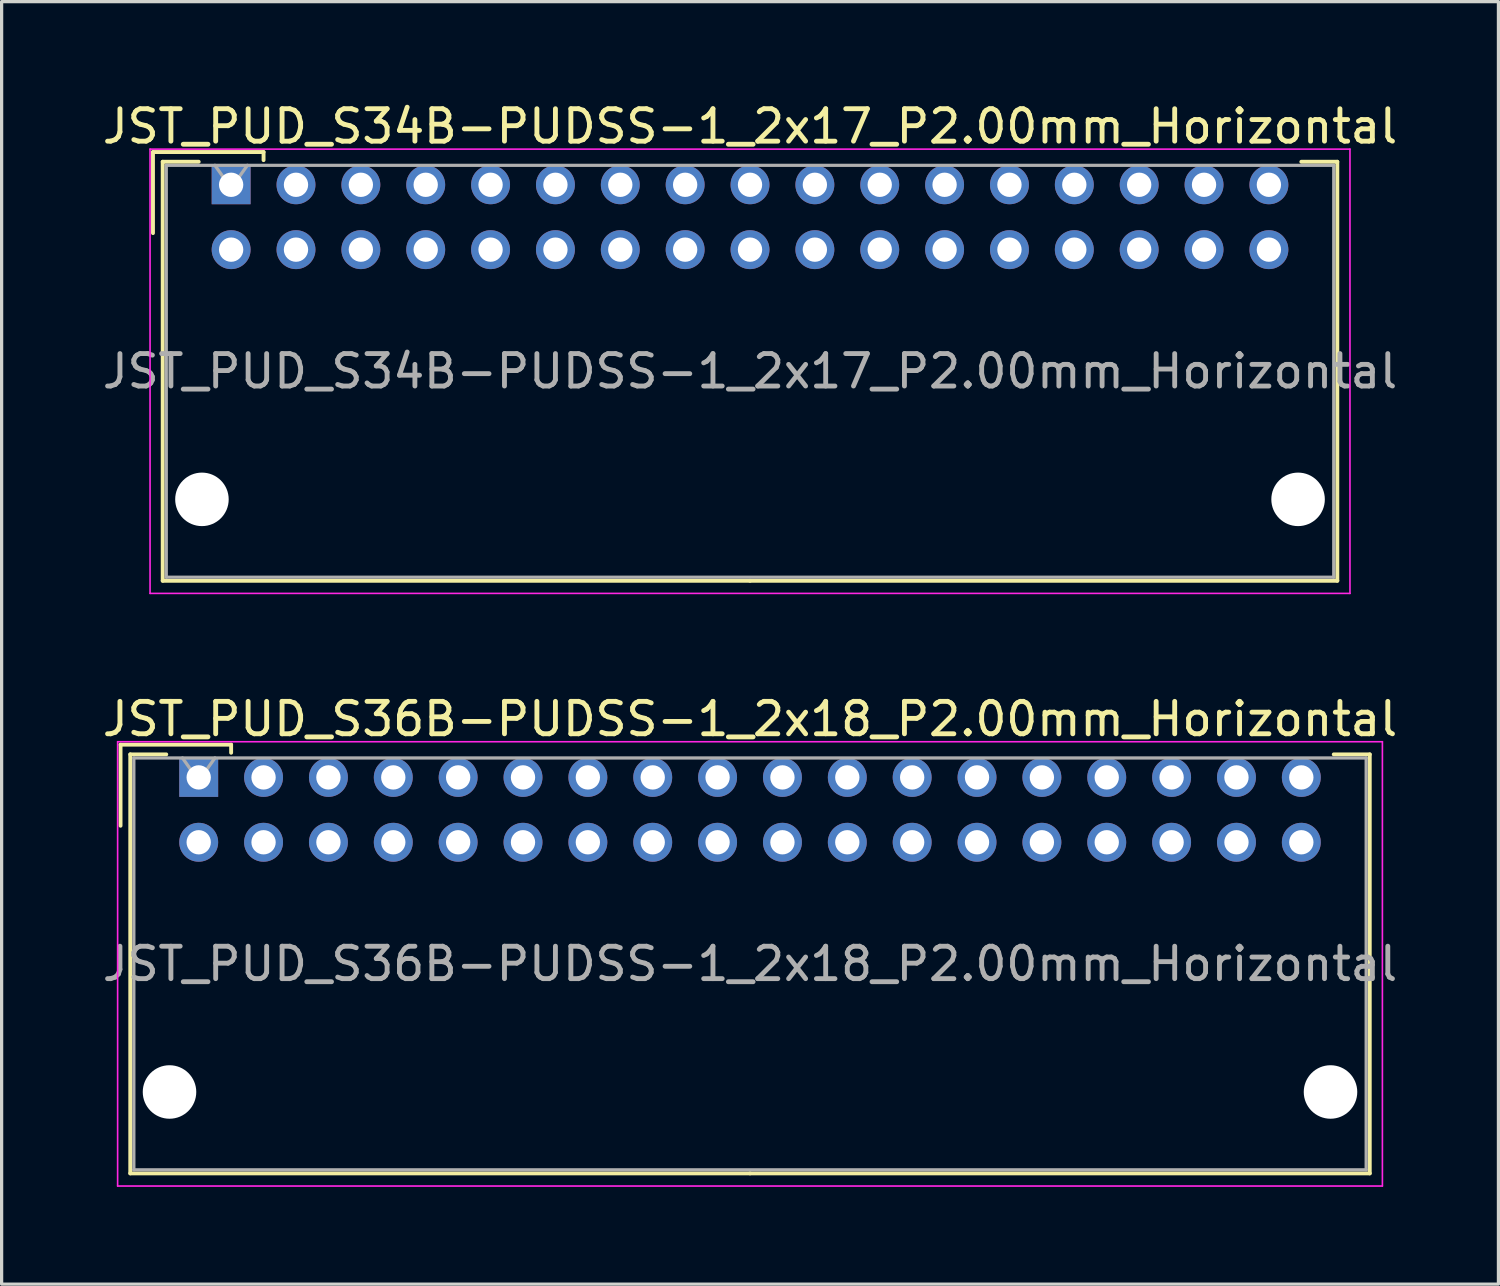
<source format=kicad_pcb>
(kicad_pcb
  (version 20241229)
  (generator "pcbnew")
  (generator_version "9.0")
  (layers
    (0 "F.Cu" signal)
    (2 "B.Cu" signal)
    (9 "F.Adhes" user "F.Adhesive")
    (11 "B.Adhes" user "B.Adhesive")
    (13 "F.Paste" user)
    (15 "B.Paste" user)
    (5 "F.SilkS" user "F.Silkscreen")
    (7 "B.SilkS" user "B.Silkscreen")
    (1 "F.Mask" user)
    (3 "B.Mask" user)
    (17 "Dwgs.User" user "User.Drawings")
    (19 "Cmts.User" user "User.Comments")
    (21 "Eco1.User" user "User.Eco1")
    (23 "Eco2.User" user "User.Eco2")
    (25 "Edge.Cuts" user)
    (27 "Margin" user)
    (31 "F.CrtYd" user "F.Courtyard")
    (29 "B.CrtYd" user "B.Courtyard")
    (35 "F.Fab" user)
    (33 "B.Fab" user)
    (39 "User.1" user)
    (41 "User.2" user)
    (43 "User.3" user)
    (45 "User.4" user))
  (footprint "JST_PUD_S34B-PUDSS-1_2x17_P2.00mm_Horizontal"
    (layer "F.Cu")
    (at 4.077 2.648)
    (property "Reference" "JST_PUD_S34B-PUDSS-1_2x17_P2.00mm_Horizontal" (at 16 -1.8 0) (layer "F.SilkS") (effects (font (size 1 1) (thickness 0.15))))
    (attr through_hole)
    (fp_line (start -2.41 -1.01) (end -2.41 1.49) (stroke (width 0.12) (type solid)) (layer "F.SilkS"))
    (fp_line (start -2.11 -0.71) (end -2.11 12.21) (stroke (width 0.12) (type solid)) (layer "F.SilkS"))
    (fp_line (start -2.11 12.21) (end 16 12.21) (stroke (width 0.12) (type solid)) (layer "F.SilkS"))
    (fp_line (start -1 -0.71) (end -2.11 -0.71) (stroke (width 0.12) (type solid)) (layer "F.SilkS"))
    (fp_line (start 1 -1.01) (end -2.41 -1.01) (stroke (width 0.12) (type solid)) (layer "F.SilkS"))
    (fp_line (start 1 -0.76) (end 1 -1.01) (stroke (width 0.12) (type solid)) (layer "F.SilkS"))
    (fp_line (start 33 -0.71) (end 34.11 -0.71) (stroke (width 0.12) (type solid)) (layer "F.SilkS"))
    (fp_line (start 34.11 -0.71) (end 34.11 12.21) (stroke (width 0.12) (type solid)) (layer "F.SilkS"))
    (fp_line (start 34.11 12.21) (end 16 12.21) (stroke (width 0.12) (type solid)) (layer "F.SilkS"))
    (fp_line (start -2.5 -1.1) (end -2.5 12.6) (stroke (width 0.05) (type solid)) (layer "F.CrtYd"))
    (fp_line (start -2.5 12.6) (end 34.5 12.6) (stroke (width 0.05) (type solid)) (layer "F.CrtYd"))
    (fp_line (start 34.5 -1.1) (end -2.5 -1.1) (stroke (width 0.05) (type solid)) (layer "F.CrtYd"))
    (fp_line (start 34.5 12.6) (end 34.5 -1.1) (stroke (width 0.05) (type solid)) (layer "F.CrtYd"))
    (fp_line (start -2 -0.6) (end -2 12.1) (stroke (width 0.1) (type solid)) (layer "F.Fab"))
    (fp_line (start -2 12.1) (end 34 12.1) (stroke (width 0.1) (type solid)) (layer "F.Fab"))
    (fp_line (start 0 0.107) (end -0.5 -0.6) (stroke (width 0.1) (type solid)) (layer "F.Fab"))
    (fp_line (start 0.5 -0.6) (end 0 0.107) (stroke (width 0.1) (type solid)) (layer "F.Fab"))
    (fp_line (start 34 -0.6) (end -2 -0.6) (stroke (width 0.1) (type solid)) (layer "F.Fab"))
    (fp_line (start 34 12.1) (end 34 -0.6) (stroke (width 0.1) (type solid)) (layer "F.Fab"))
    (fp_text user "${REFERENCE}" (at 16 5.75 0) (layer "F.Fab") (effects (font (size 1 1) (thickness 0.15))))
    (pad "" np_thru_hole circle (at -0.9 9.7) (size 1.65 1.65) (drill 1.65) (layers "*.Cu" "*.Mask"))
    (pad "" np_thru_hole circle (at 32.9 9.7) (size 1.65 1.65) (drill 1.65) (layers "*.Cu" "*.Mask"))
    (pad "1" thru_hole rect (at 0 0) (size 1.2 1.2) (drill 0.75) (layers "*.Cu" "*.Mask"))
    (pad "2" thru_hole oval (at 0 2) (size 1.2 1.2) (drill 0.75) (layers "*.Cu" "*.Mask"))
    (pad "3" thru_hole oval (at 2 0) (size 1.2 1.2) (drill 0.75) (layers "*.Cu" "*.Mask"))
    (pad "4" thru_hole oval (at 2 2) (size 1.2 1.2) (drill 0.75) (layers "*.Cu" "*.Mask"))
    (pad "5" thru_hole oval (at 4 0) (size 1.2 1.2) (drill 0.75) (layers "*.Cu" "*.Mask"))
    (pad "6" thru_hole oval (at 4 2) (size 1.2 1.2) (drill 0.75) (layers "*.Cu" "*.Mask"))
    (pad "7" thru_hole oval (at 6 0) (size 1.2 1.2) (drill 0.75) (layers "*.Cu" "*.Mask"))
    (pad "8" thru_hole oval (at 6 2) (size 1.2 1.2) (drill 0.75) (layers "*.Cu" "*.Mask"))
    (pad "9" thru_hole oval (at 8 0) (size 1.2 1.2) (drill 0.75) (layers "*.Cu" "*.Mask"))
    (pad "10" thru_hole oval (at 8 2) (size 1.2 1.2) (drill 0.75) (layers "*.Cu" "*.Mask"))
    (pad "11" thru_hole oval (at 10 0) (size 1.2 1.2) (drill 0.75) (layers "*.Cu" "*.Mask"))
    (pad "12" thru_hole oval (at 10 2) (size 1.2 1.2) (drill 0.75) (layers "*.Cu" "*.Mask"))
    (pad "13" thru_hole oval (at 12 0) (size 1.2 1.2) (drill 0.75) (layers "*.Cu" "*.Mask"))
    (pad "14" thru_hole oval (at 12 2) (size 1.2 1.2) (drill 0.75) (layers "*.Cu" "*.Mask"))
    (pad "15" thru_hole oval (at 14 0) (size 1.2 1.2) (drill 0.75) (layers "*.Cu" "*.Mask"))
    (pad "16" thru_hole oval (at 14 2) (size 1.2 1.2) (drill 0.75) (layers "*.Cu" "*.Mask"))
    (pad "17" thru_hole oval (at 16 0) (size 1.2 1.2) (drill 0.75) (layers "*.Cu" "*.Mask"))
    (pad "18" thru_hole oval (at 16 2) (size 1.2 1.2) (drill 0.75) (layers "*.Cu" "*.Mask"))
    (pad "19" thru_hole oval (at 18 0) (size 1.2 1.2) (drill 0.75) (layers "*.Cu" "*.Mask"))
    (pad "20" thru_hole oval (at 18 2) (size 1.2 1.2) (drill 0.75) (layers "*.Cu" "*.Mask"))
    (pad "21" thru_hole oval (at 20 0) (size 1.2 1.2) (drill 0.75) (layers "*.Cu" "*.Mask"))
    (pad "22" thru_hole oval (at 20 2) (size 1.2 1.2) (drill 0.75) (layers "*.Cu" "*.Mask"))
    (pad "23" thru_hole oval (at 22 0) (size 1.2 1.2) (drill 0.75) (layers "*.Cu" "*.Mask"))
    (pad "24" thru_hole oval (at 22 2) (size 1.2 1.2) (drill 0.75) (layers "*.Cu" "*.Mask"))
    (pad "25" thru_hole oval (at 24 0) (size 1.2 1.2) (drill 0.75) (layers "*.Cu" "*.Mask"))
    (pad "26" thru_hole oval (at 24 2) (size 1.2 1.2) (drill 0.75) (layers "*.Cu" "*.Mask"))
    (pad "27" thru_hole oval (at 26 0) (size 1.2 1.2) (drill 0.75) (layers "*.Cu" "*.Mask"))
    (pad "28" thru_hole oval (at 26 2) (size 1.2 1.2) (drill 0.75) (layers "*.Cu" "*.Mask"))
    (pad "29" thru_hole oval (at 28 0) (size 1.2 1.2) (drill 0.75) (layers "*.Cu" "*.Mask"))
    (pad "30" thru_hole oval (at 28 2) (size 1.2 1.2) (drill 0.75) (layers "*.Cu" "*.Mask"))
    (pad "31" thru_hole oval (at 30 0) (size 1.2 1.2) (drill 0.75) (layers "*.Cu" "*.Mask"))
    (pad "32" thru_hole oval (at 30 2) (size 1.2 1.2) (drill 0.75) (layers "*.Cu" "*.Mask"))
    (pad "33" thru_hole oval (at 32 0) (size 1.2 1.2) (drill 0.75) (layers "*.Cu" "*.Mask"))
    (pad "34" thru_hole oval (at 32 2) (size 1.2 1.2) (drill 0.75) (layers "*.Cu" "*.Mask")))
  (footprint "JST_PUD_S36B-PUDSS-1_2x18_P2.00mm_Horizontal"
    (layer "F.Cu")
    (at 3.077 20.922)
    (property "Reference" "JST_PUD_S36B-PUDSS-1_2x18_P2.00mm_Horizontal" (at 17 -1.8 0) (layer "F.SilkS") (effects (font (size 1 1) (thickness 0.15))))
    (attr through_hole)
    (fp_line (start -2.41 -1.01) (end -2.41 1.49) (stroke (width 0.12) (type solid)) (layer "F.SilkS"))
    (fp_line (start -2.11 -0.71) (end -2.11 12.21) (stroke (width 0.12) (type solid)) (layer "F.SilkS"))
    (fp_line (start -2.11 12.21) (end 17 12.21) (stroke (width 0.12) (type solid)) (layer "F.SilkS"))
    (fp_line (start -1 -0.71) (end -2.11 -0.71) (stroke (width 0.12) (type solid)) (layer "F.SilkS"))
    (fp_line (start 1 -1.01) (end -2.41 -1.01) (stroke (width 0.12) (type solid)) (layer "F.SilkS"))
    (fp_line (start 1 -0.76) (end 1 -1.01) (stroke (width 0.12) (type solid)) (layer "F.SilkS"))
    (fp_line (start 35 -0.71) (end 36.11 -0.71) (stroke (width 0.12) (type solid)) (layer "F.SilkS"))
    (fp_line (start 36.11 -0.71) (end 36.11 12.21) (stroke (width 0.12) (type solid)) (layer "F.SilkS"))
    (fp_line (start 36.11 12.21) (end 17 12.21) (stroke (width 0.12) (type solid)) (layer "F.SilkS"))
    (fp_line (start -2.5 -1.1) (end -2.5 12.6) (stroke (width 0.05) (type solid)) (layer "F.CrtYd"))
    (fp_line (start -2.5 12.6) (end 36.5 12.6) (stroke (width 0.05) (type solid)) (layer "F.CrtYd"))
    (fp_line (start 36.5 -1.1) (end -2.5 -1.1) (stroke (width 0.05) (type solid)) (layer "F.CrtYd"))
    (fp_line (start 36.5 12.6) (end 36.5 -1.1) (stroke (width 0.05) (type solid)) (layer "F.CrtYd"))
    (fp_line (start -2 -0.6) (end -2 12.1) (stroke (width 0.1) (type solid)) (layer "F.Fab"))
    (fp_line (start -2 12.1) (end 36 12.1) (stroke (width 0.1) (type solid)) (layer "F.Fab"))
    (fp_line (start 0 0.107) (end -0.5 -0.6) (stroke (width 0.1) (type solid)) (layer "F.Fab"))
    (fp_line (start 0.5 -0.6) (end 0 0.107) (stroke (width 0.1) (type solid)) (layer "F.Fab"))
    (fp_line (start 36 -0.6) (end -2 -0.6) (stroke (width 0.1) (type solid)) (layer "F.Fab"))
    (fp_line (start 36 12.1) (end 36 -0.6) (stroke (width 0.1) (type solid)) (layer "F.Fab"))
    (fp_text user "${REFERENCE}" (at 17 5.75 0) (layer "F.Fab") (effects (font (size 1 1) (thickness 0.15))))
    (pad "" np_thru_hole circle (at -0.9 9.7) (size 1.65 1.65) (drill 1.65) (layers "*.Cu" "*.Mask"))
    (pad "" np_thru_hole circle (at 34.9 9.7) (size 1.65 1.65) (drill 1.65) (layers "*.Cu" "*.Mask"))
    (pad "1" thru_hole rect (at 0 0) (size 1.2 1.2) (drill 0.75) (layers "*.Cu" "*.Mask"))
    (pad "2" thru_hole oval (at 0 2) (size 1.2 1.2) (drill 0.75) (layers "*.Cu" "*.Mask"))
    (pad "3" thru_hole oval (at 2 0) (size 1.2 1.2) (drill 0.75) (layers "*.Cu" "*.Mask"))
    (pad "4" thru_hole oval (at 2 2) (size 1.2 1.2) (drill 0.75) (layers "*.Cu" "*.Mask"))
    (pad "5" thru_hole oval (at 4 0) (size 1.2 1.2) (drill 0.75) (layers "*.Cu" "*.Mask"))
    (pad "6" thru_hole oval (at 4 2) (size 1.2 1.2) (drill 0.75) (layers "*.Cu" "*.Mask"))
    (pad "7" thru_hole oval (at 6 0) (size 1.2 1.2) (drill 0.75) (layers "*.Cu" "*.Mask"))
    (pad "8" thru_hole oval (at 6 2) (size 1.2 1.2) (drill 0.75) (layers "*.Cu" "*.Mask"))
    (pad "9" thru_hole oval (at 8 0) (size 1.2 1.2) (drill 0.75) (layers "*.Cu" "*.Mask"))
    (pad "10" thru_hole oval (at 8 2) (size 1.2 1.2) (drill 0.75) (layers "*.Cu" "*.Mask"))
    (pad "11" thru_hole oval (at 10 0) (size 1.2 1.2) (drill 0.75) (layers "*.Cu" "*.Mask"))
    (pad "12" thru_hole oval (at 10 2) (size 1.2 1.2) (drill 0.75) (layers "*.Cu" "*.Mask"))
    (pad "13" thru_hole oval (at 12 0) (size 1.2 1.2) (drill 0.75) (layers "*.Cu" "*.Mask"))
    (pad "14" thru_hole oval (at 12 2) (size 1.2 1.2) (drill 0.75) (layers "*.Cu" "*.Mask"))
    (pad "15" thru_hole oval (at 14 0) (size 1.2 1.2) (drill 0.75) (layers "*.Cu" "*.Mask"))
    (pad "16" thru_hole oval (at 14 2) (size 1.2 1.2) (drill 0.75) (layers "*.Cu" "*.Mask"))
    (pad "17" thru_hole oval (at 16 0) (size 1.2 1.2) (drill 0.75) (layers "*.Cu" "*.Mask"))
    (pad "18" thru_hole oval (at 16 2) (size 1.2 1.2) (drill 0.75) (layers "*.Cu" "*.Mask"))
    (pad "19" thru_hole oval (at 18 0) (size 1.2 1.2) (drill 0.75) (layers "*.Cu" "*.Mask"))
    (pad "20" thru_hole oval (at 18 2) (size 1.2 1.2) (drill 0.75) (layers "*.Cu" "*.Mask"))
    (pad "21" thru_hole oval (at 20 0) (size 1.2 1.2) (drill 0.75) (layers "*.Cu" "*.Mask"))
    (pad "22" thru_hole oval (at 20 2) (size 1.2 1.2) (drill 0.75) (layers "*.Cu" "*.Mask"))
    (pad "23" thru_hole oval (at 22 0) (size 1.2 1.2) (drill 0.75) (layers "*.Cu" "*.Mask"))
    (pad "24" thru_hole oval (at 22 2) (size 1.2 1.2) (drill 0.75) (layers "*.Cu" "*.Mask"))
    (pad "25" thru_hole oval (at 24 0) (size 1.2 1.2) (drill 0.75) (layers "*.Cu" "*.Mask"))
    (pad "26" thru_hole oval (at 24 2) (size 1.2 1.2) (drill 0.75) (layers "*.Cu" "*.Mask"))
    (pad "27" thru_hole oval (at 26 0) (size 1.2 1.2) (drill 0.75) (layers "*.Cu" "*.Mask"))
    (pad "28" thru_hole oval (at 26 2) (size 1.2 1.2) (drill 0.75) (layers "*.Cu" "*.Mask"))
    (pad "29" thru_hole oval (at 28 0) (size 1.2 1.2) (drill 0.75) (layers "*.Cu" "*.Mask"))
    (pad "30" thru_hole oval (at 28 2) (size 1.2 1.2) (drill 0.75) (layers "*.Cu" "*.Mask"))
    (pad "31" thru_hole oval (at 30 0) (size 1.2 1.2) (drill 0.75) (layers "*.Cu" "*.Mask"))
    (pad "32" thru_hole oval (at 30 2) (size 1.2 1.2) (drill 0.75) (layers "*.Cu" "*.Mask"))
    (pad "33" thru_hole oval (at 32 0) (size 1.2 1.2) (drill 0.75) (layers "*.Cu" "*.Mask"))
    (pad "34" thru_hole oval (at 32 2) (size 1.2 1.2) (drill 0.75) (layers "*.Cu" "*.Mask"))
    (pad "35" thru_hole oval (at 34 0) (size 1.2 1.2) (drill 0.75) (layers "*.Cu" "*.Mask"))
    (pad "36" thru_hole oval (at 34 2) (size 1.2 1.2) (drill 0.75) (layers "*.Cu" "*.Mask")))
  (gr_rect
    (start -3 -3)
    (end 43.155 36.547)
    (stroke (width 0.1) (type default))
    (fill no)
    (layer "Edge.Cuts")))
</source>
